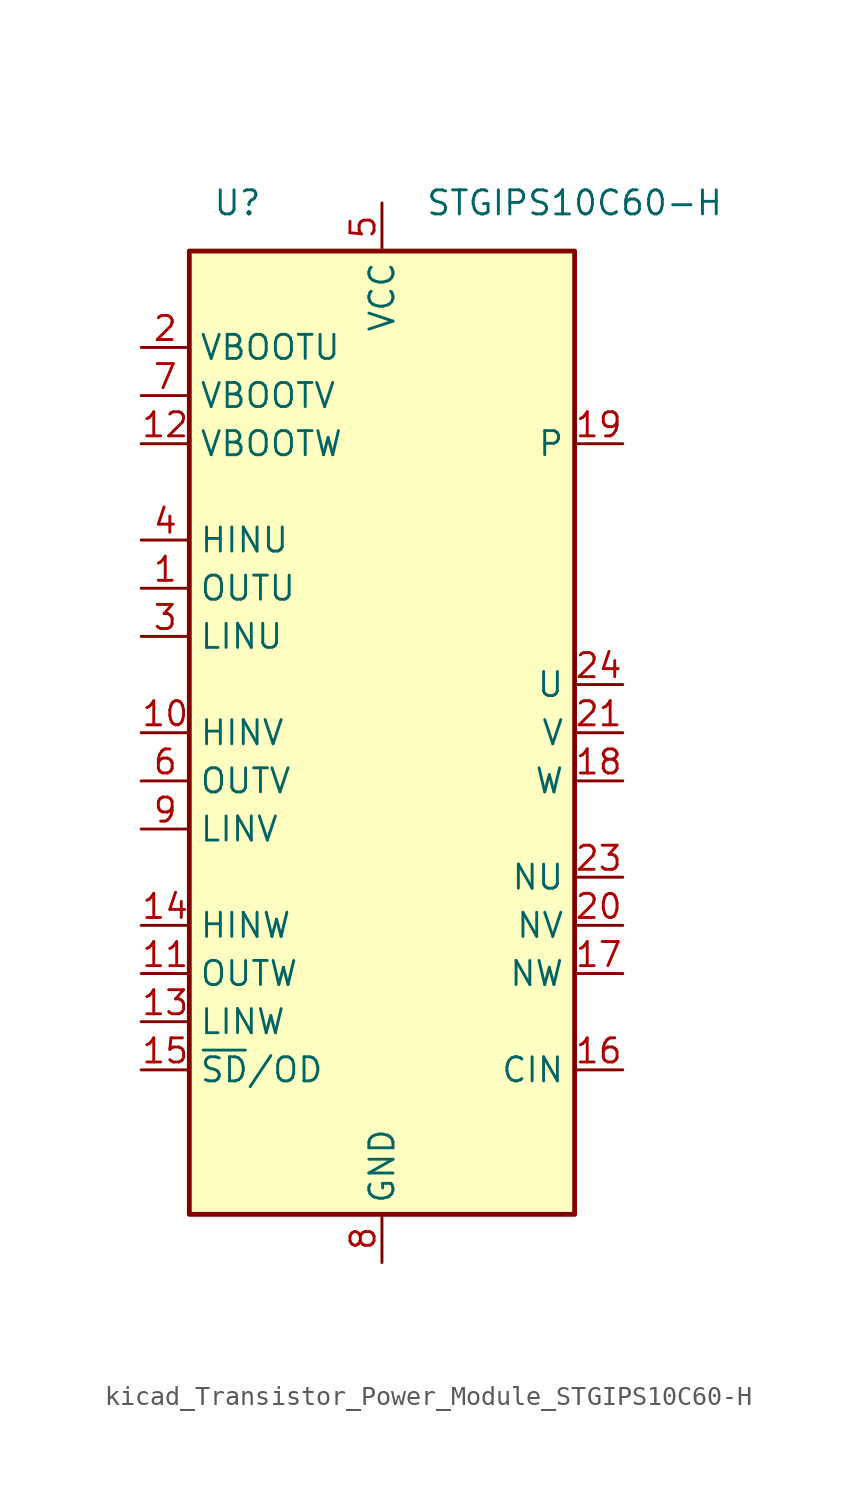
<source format=kicad_sym>
(kicad_symbol_lib
  (version 20220914)
  (generator kicad_symbol_editor)
  (symbol "kicad_Transistor_Power_Module_STGIPS10C60-H"
    (property "Reference" "U"
      (at -7.62 27.94 0)
      (effects (font (size 1.27 1.27))))
    (property "Value" "STGIPS10C60-H"
      (at 10.16 27.94 0)
      (effects (font (size 1.27 1.27))))
    (symbol "kicad_Transistor_Power_Module_STGIPS10C60-H_1_1"
      (rectangle (start -10.16 25.4) (end 10.16 -25.4) (stroke (width 0.254) (type default)) (fill (type background)))
      (pin output line (at -12.7 7.62 0) (length 2.54) (name "OUTU" (effects (font (size 1.27 1.27)))) (number "1" (effects (font (size 1.27 1.27)))))
      (pin input line (at -12.7 0 0) (length 2.54) (name "HINV" (effects (font (size 1.27 1.27)))) (number "10" (effects (font (size 1.27 1.27)))))
      (pin output line (at -12.7 -12.7 0) (length 2.54) (name "OUTW" (effects (font (size 1.27 1.27)))) (number "11" (effects (font (size 1.27 1.27)))))
      (pin passive line (at -12.7 15.24 0) (length 2.54) (name "VBOOTW" (effects (font (size 1.27 1.27)))) (number "12" (effects (font (size 1.27 1.27)))))
      (pin input line (at -12.7 -15.24 0) (length 2.54) (name "LINW" (effects (font (size 1.27 1.27)))) (number "13" (effects (font (size 1.27 1.27)))))
      (pin input line (at -12.7 -10.16 0) (length 2.54) (name "HINW" (effects (font (size 1.27 1.27)))) (number "14" (effects (font (size 1.27 1.27)))))
      (pin input line (at -12.7 -17.78 0) (length 2.54) (name "~{SD}/OD" (effects (font (size 1.27 1.27)))) (number "15" (effects (font (size 1.27 1.27)))))
      (pin input line (at 12.7 -17.78 180) (length 2.54) (name "CIN" (effects (font (size 1.27 1.27)))) (number "16" (effects (font (size 1.27 1.27)))))
      (pin passive line (at 12.7 -12.7 180) (length 2.54) (name "NW" (effects (font (size 1.27 1.27)))) (number "17" (effects (font (size 1.27 1.27)))))
      (pin passive line (at 12.7 -2.54 180) (length 2.54) (name "W" (effects (font (size 1.27 1.27)))) (number "18" (effects (font (size 1.27 1.27)))))
      (pin passive line (at 12.7 15.24 180) (length 2.54) (name "P" (effects (font (size 1.27 1.27)))) (number "19" (effects (font (size 1.27 1.27)))))
      (pin passive line (at -12.7 20.32 0) (length 2.54) (name "VBOOTU" (effects (font (size 1.27 1.27)))) (number "2" (effects (font (size 1.27 1.27)))))
      (pin passive line (at 12.7 -10.16 180) (length 2.54) (name "NV" (effects (font (size 1.27 1.27)))) (number "20" (effects (font (size 1.27 1.27)))))
      (pin passive line (at 12.7 0 180) (length 2.54) (name "V" (effects (font (size 1.27 1.27)))) (number "21" (effects (font (size 1.27 1.27)))))
      (pin passive line (at 12.7 15.24 180) (length 2.54) hide (name "P" (effects (font (size 1.27 1.27)))) (number "22" (effects (font (size 1.27 1.27)))))
      (pin passive line (at 12.7 -7.62 180) (length 2.54) (name "NU" (effects (font (size 1.27 1.27)))) (number "23" (effects (font (size 1.27 1.27)))))
      (pin passive line (at 12.7 2.54 180) (length 2.54) (name "U" (effects (font (size 1.27 1.27)))) (number "24" (effects (font (size 1.27 1.27)))))
      (pin passive line (at 12.7 15.24 180) (length 2.54) hide (name "P" (effects (font (size 1.27 1.27)))) (number "25" (effects (font (size 1.27 1.27)))))
      (pin input line (at -12.7 5.08 0) (length 2.54) (name "LINU" (effects (font (size 1.27 1.27)))) (number "3" (effects (font (size 1.27 1.27)))))
      (pin input line (at -12.7 10.16 0) (length 2.54) (name "HINU" (effects (font (size 1.27 1.27)))) (number "4" (effects (font (size 1.27 1.27)))))
      (pin power_in line (at 0 27.94 270) (length 2.54) (name "VCC" (effects (font (size 1.27 1.27)))) (number "5" (effects (font (size 1.27 1.27)))))
      (pin output line (at -12.7 -2.54 0) (length 2.54) (name "OUTV" (effects (font (size 1.27 1.27)))) (number "6" (effects (font (size 1.27 1.27)))))
      (pin passive line (at -12.7 17.78 0) (length 2.54) (name "VBOOTV" (effects (font (size 1.27 1.27)))) (number "7" (effects (font (size 1.27 1.27)))))
      (pin power_in line (at 0 -27.94 90) (length 2.54) (name "GND" (effects (font (size 1.27 1.27)))) (number "8" (effects (font (size 1.27 1.27)))))
      (pin input line (at -12.7 -5.08 0) (length 2.54) (name "LINV" (effects (font (size 1.27 1.27)))) (number "9" (effects (font (size 1.27 1.27))))))))
</source>
